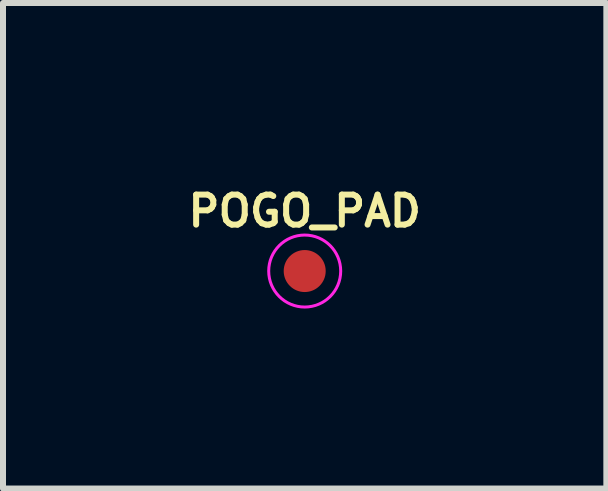
<source format=kicad_pcb>
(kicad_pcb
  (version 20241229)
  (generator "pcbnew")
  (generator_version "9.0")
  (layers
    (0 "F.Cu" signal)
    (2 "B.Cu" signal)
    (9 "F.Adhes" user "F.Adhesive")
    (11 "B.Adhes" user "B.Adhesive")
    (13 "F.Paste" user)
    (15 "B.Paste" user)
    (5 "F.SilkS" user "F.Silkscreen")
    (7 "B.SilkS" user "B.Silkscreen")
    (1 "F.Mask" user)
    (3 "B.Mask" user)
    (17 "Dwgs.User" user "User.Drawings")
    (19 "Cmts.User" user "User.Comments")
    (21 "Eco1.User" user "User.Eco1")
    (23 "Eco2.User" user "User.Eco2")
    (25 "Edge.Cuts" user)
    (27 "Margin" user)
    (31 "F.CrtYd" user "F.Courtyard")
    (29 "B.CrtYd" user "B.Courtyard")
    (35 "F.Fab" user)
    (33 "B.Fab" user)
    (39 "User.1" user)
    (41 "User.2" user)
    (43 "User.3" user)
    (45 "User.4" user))
  (footprint "POGO_PAD"
    (layer "F.Cu")
    (at 2.029 1.468)
    (property "Reference" "POGO_PAD" (at 0 -1 0) (layer "F.SilkS") (effects (font (size 0.5 0.5) (thickness 0.1))))
    (attr smd)
    (fp_circle (center 0 0) (end 0.6 0) (stroke (width 0.05) (type solid)) (fill no) (layer "F.CrtYd"))
    (pad "1" smd circle (at 0 0) (size 0.7 0.7) (layers "F.Cu" "F.Mask")))
  (gr_rect
    (start -3 -3)
    (end 7.057 5.093)
    (stroke (width 0.1) (type default))
    (fill no)
    (layer "Edge.Cuts")))
</source>
